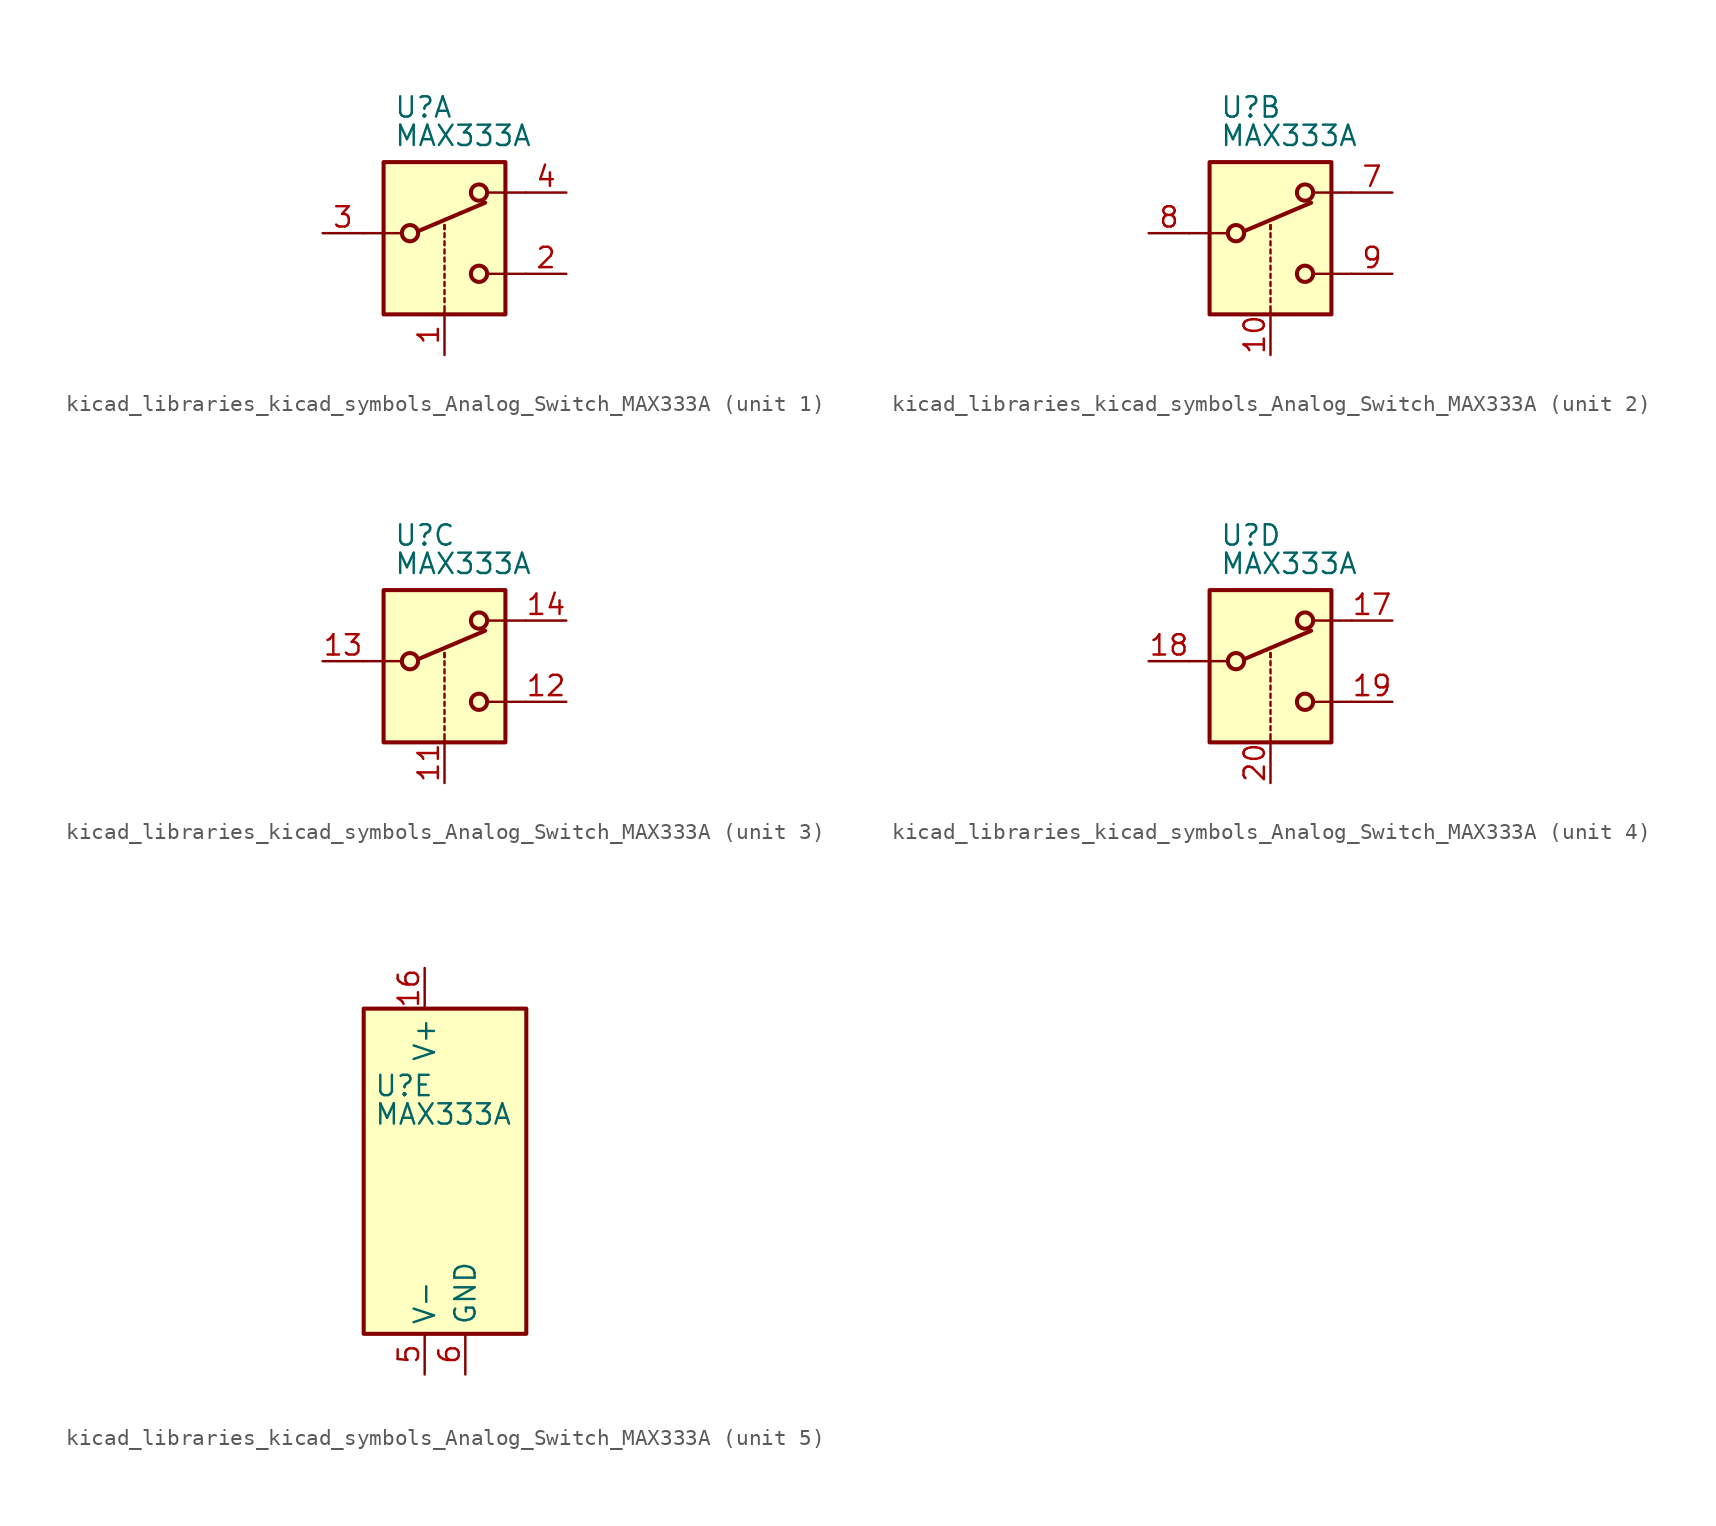
<source format=kicad_sym>
(kicad_symbol_lib
  (version 20220914)
  (generator kicad_symbol_editor)
  (symbol "kicad_libraries_kicad_symbols_Analog_Switch_MAX333A"
    (property "Reference" "U"
      (at -3.175 5.334 0)
      (effects (font (size 1.27 1.27)) (justify left)))
    (property "Value" "MAX333A"
      (at -3.175 3.556 0)
      (effects (font (size 1.27 1.27)) (justify left)))
    (symbol "kicad_libraries_kicad_symbols_Analog_Switch_MAX333A_1_1"
      (rectangle (start -3.81 1.905) (end 3.81 -7.62) (stroke (width 0.254) (type default)) (fill (type background)))
      (circle (center -2.159 -2.54) (radius 0.508) (stroke (width 0.254) (type default)) (fill (type none)))
      (polyline (pts (xy -5.08 -2.54) (xy -2.794 -2.54)) (stroke (width 0) (type default)) (fill (type none)))
      (polyline (pts (xy -1.651 -2.413) (xy 2.54 -0.635)) (stroke (width 0.254) (type default)) (fill (type none)))
      (polyline (pts (xy 0 -7.62) (xy 0 -7.112)) (stroke (width 0) (type default)) (fill (type none)))
      (polyline (pts (xy 0 -6.858) (xy 0 -6.604)) (stroke (width 0) (type default)) (fill (type none)))
      (polyline (pts (xy 0 -6.35) (xy 0 -6.096)) (stroke (width 0) (type default)) (fill (type none)))
      (polyline (pts (xy 0 -5.842) (xy 0 -5.588)) (stroke (width 0) (type default)) (fill (type none)))
      (polyline (pts (xy 0 -5.334) (xy 0 -5.08)) (stroke (width 0) (type default)) (fill (type none)))
      (polyline (pts (xy 0 -4.826) (xy 0 -4.572)) (stroke (width 0) (type default)) (fill (type none)))
      (polyline (pts (xy 0 -4.318) (xy 0 -4.064)) (stroke (width 0) (type default)) (fill (type none)))
      (polyline (pts (xy 0 -3.81) (xy 0 -3.556)) (stroke (width 0) (type default)) (fill (type none)))
      (polyline (pts (xy 0 -3.302) (xy 0 -3.048)) (stroke (width 0) (type default)) (fill (type none)))
      (polyline (pts (xy 0 -2.794) (xy 0 -2.54)) (stroke (width 0) (type default)) (fill (type none)))
      (polyline (pts (xy 0 -2.286) (xy 0 -2.032)) (stroke (width 0) (type default)) (fill (type none)))
      (polyline (pts (xy 0 -2.286) (xy 0 -2.032)) (stroke (width 0) (type default)) (fill (type none)))
      (polyline (pts (xy 5.08 -5.08) (xy 2.794 -5.08)) (stroke (width 0) (type default)) (fill (type none)))
      (polyline (pts (xy 5.08 0) (xy 2.794 0)) (stroke (width 0) (type default)) (fill (type none)))
      (circle (center 2.159 -5.08) (radius 0.508) (stroke (width 0.254) (type default)) (fill (type none)))
      (circle (center 2.159 0) (radius 0.508) (stroke (width 0.254) (type default)) (fill (type none)))
      (pin input line (at 0 -10.16 90) (length 2.54) (name "~" (effects (font (size 1.27 1.27)))) (number "1" (effects (font (size 1.27 1.27)))))
      (pin passive line (at 7.62 -5.08 180) (length 2.54) (name "~" (effects (font (size 1.27 1.27)))) (number "2" (effects (font (size 1.27 1.27)))))
      (pin passive line (at -7.62 -2.54 0) (length 2.54) (name "~" (effects (font (size 1.27 1.27)))) (number "3" (effects (font (size 1.27 1.27)))))
      (pin passive line (at 7.62 0 180) (length 2.54) (name "~" (effects (font (size 1.27 1.27)))) (number "4" (effects (font (size 1.27 1.27))))))
    (symbol "kicad_libraries_kicad_symbols_Analog_Switch_MAX333A_2_1"
      (rectangle (start -3.81 1.905) (end 3.81 -7.62) (stroke (width 0.254) (type default)) (fill (type background)))
      (circle (center -2.159 -2.54) (radius 0.508) (stroke (width 0.254) (type default)) (fill (type none)))
      (polyline (pts (xy -5.08 -2.54) (xy -2.794 -2.54)) (stroke (width 0) (type default)) (fill (type none)))
      (polyline (pts (xy -1.651 -2.413) (xy 2.54 -0.635)) (stroke (width 0.254) (type default)) (fill (type none)))
      (polyline (pts (xy 0 -7.62) (xy 0 -7.112)) (stroke (width 0) (type default)) (fill (type none)))
      (polyline (pts (xy 0 -6.858) (xy 0 -6.604)) (stroke (width 0) (type default)) (fill (type none)))
      (polyline (pts (xy 0 -6.35) (xy 0 -6.096)) (stroke (width 0) (type default)) (fill (type none)))
      (polyline (pts (xy 0 -5.842) (xy 0 -5.588)) (stroke (width 0) (type default)) (fill (type none)))
      (polyline (pts (xy 0 -5.334) (xy 0 -5.08)) (stroke (width 0) (type default)) (fill (type none)))
      (polyline (pts (xy 0 -4.826) (xy 0 -4.572)) (stroke (width 0) (type default)) (fill (type none)))
      (polyline (pts (xy 0 -4.318) (xy 0 -4.064)) (stroke (width 0) (type default)) (fill (type none)))
      (polyline (pts (xy 0 -3.81) (xy 0 -3.556)) (stroke (width 0) (type default)) (fill (type none)))
      (polyline (pts (xy 0 -3.302) (xy 0 -3.048)) (stroke (width 0) (type default)) (fill (type none)))
      (polyline (pts (xy 0 -2.794) (xy 0 -2.54)) (stroke (width 0) (type default)) (fill (type none)))
      (polyline (pts (xy 0 -2.286) (xy 0 -2.032)) (stroke (width 0) (type default)) (fill (type none)))
      (polyline (pts (xy 0 -2.286) (xy 0 -2.032)) (stroke (width 0) (type default)) (fill (type none)))
      (polyline (pts (xy 5.08 -5.08) (xy 2.794 -5.08)) (stroke (width 0) (type default)) (fill (type none)))
      (polyline (pts (xy 5.08 0) (xy 2.794 0)) (stroke (width 0) (type default)) (fill (type none)))
      (circle (center 2.159 -5.08) (radius 0.508) (stroke (width 0.254) (type default)) (fill (type none)))
      (circle (center 2.159 0) (radius 0.508) (stroke (width 0.254) (type default)) (fill (type none)))
      (pin input line (at 0 -10.16 90) (length 2.54) (name "~" (effects (font (size 1.27 1.27)))) (number "10" (effects (font (size 1.27 1.27)))))
      (pin passive line (at 7.62 0 180) (length 2.54) (name "~" (effects (font (size 1.27 1.27)))) (number "7" (effects (font (size 1.27 1.27)))))
      (pin passive line (at -7.62 -2.54 0) (length 2.54) (name "~" (effects (font (size 1.27 1.27)))) (number "8" (effects (font (size 1.27 1.27)))))
      (pin passive line (at 7.62 -5.08 180) (length 2.54) (name "~" (effects (font (size 1.27 1.27)))) (number "9" (effects (font (size 1.27 1.27))))))
    (symbol "kicad_libraries_kicad_symbols_Analog_Switch_MAX333A_3_1"
      (rectangle (start -3.81 1.905) (end 3.81 -7.62) (stroke (width 0.254) (type default)) (fill (type background)))
      (circle (center -2.159 -2.54) (radius 0.508) (stroke (width 0.254) (type default)) (fill (type none)))
      (polyline (pts (xy -5.08 -2.54) (xy -2.794 -2.54)) (stroke (width 0) (type default)) (fill (type none)))
      (polyline (pts (xy -1.651 -2.413) (xy 2.54 -0.635)) (stroke (width 0.254) (type default)) (fill (type none)))
      (polyline (pts (xy 0 -7.62) (xy 0 -7.112)) (stroke (width 0) (type default)) (fill (type none)))
      (polyline (pts (xy 0 -6.858) (xy 0 -6.604)) (stroke (width 0) (type default)) (fill (type none)))
      (polyline (pts (xy 0 -6.35) (xy 0 -6.096)) (stroke (width 0) (type default)) (fill (type none)))
      (polyline (pts (xy 0 -5.842) (xy 0 -5.588)) (stroke (width 0) (type default)) (fill (type none)))
      (polyline (pts (xy 0 -5.334) (xy 0 -5.08)) (stroke (width 0) (type default)) (fill (type none)))
      (polyline (pts (xy 0 -4.826) (xy 0 -4.572)) (stroke (width 0) (type default)) (fill (type none)))
      (polyline (pts (xy 0 -4.318) (xy 0 -4.064)) (stroke (width 0) (type default)) (fill (type none)))
      (polyline (pts (xy 0 -3.81) (xy 0 -3.556)) (stroke (width 0) (type default)) (fill (type none)))
      (polyline (pts (xy 0 -3.302) (xy 0 -3.048)) (stroke (width 0) (type default)) (fill (type none)))
      (polyline (pts (xy 0 -2.794) (xy 0 -2.54)) (stroke (width 0) (type default)) (fill (type none)))
      (polyline (pts (xy 0 -2.286) (xy 0 -2.032)) (stroke (width 0) (type default)) (fill (type none)))
      (polyline (pts (xy 0 -2.286) (xy 0 -2.032)) (stroke (width 0) (type default)) (fill (type none)))
      (polyline (pts (xy 5.08 -5.08) (xy 2.794 -5.08)) (stroke (width 0) (type default)) (fill (type none)))
      (polyline (pts (xy 5.08 0) (xy 2.794 0)) (stroke (width 0) (type default)) (fill (type none)))
      (circle (center 2.159 -5.08) (radius 0.508) (stroke (width 0.254) (type default)) (fill (type none)))
      (circle (center 2.159 0) (radius 0.508) (stroke (width 0.254) (type default)) (fill (type none)))
      (pin input line (at 0 -10.16 90) (length 2.54) (name "~" (effects (font (size 1.27 1.27)))) (number "11" (effects (font (size 1.27 1.27)))))
      (pin passive line (at 7.62 -5.08 180) (length 2.54) (name "~" (effects (font (size 1.27 1.27)))) (number "12" (effects (font (size 1.27 1.27)))))
      (pin passive line (at -7.62 -2.54 0) (length 2.54) (name "~" (effects (font (size 1.27 1.27)))) (number "13" (effects (font (size 1.27 1.27)))))
      (pin passive line (at 7.62 0 180) (length 2.54) (name "~" (effects (font (size 1.27 1.27)))) (number "14" (effects (font (size 1.27 1.27))))))
    (symbol "kicad_libraries_kicad_symbols_Analog_Switch_MAX333A_4_1"
      (rectangle (start -3.81 1.905) (end 3.81 -7.62) (stroke (width 0.254) (type default)) (fill (type background)))
      (circle (center -2.159 -2.54) (radius 0.508) (stroke (width 0.254) (type default)) (fill (type none)))
      (polyline (pts (xy -5.08 -2.54) (xy -2.794 -2.54)) (stroke (width 0) (type default)) (fill (type none)))
      (polyline (pts (xy -1.651 -2.413) (xy 2.54 -0.635)) (stroke (width 0.254) (type default)) (fill (type none)))
      (polyline (pts (xy 0 -7.62) (xy 0 -7.112)) (stroke (width 0) (type default)) (fill (type none)))
      (polyline (pts (xy 0 -6.858) (xy 0 -6.604)) (stroke (width 0) (type default)) (fill (type none)))
      (polyline (pts (xy 0 -6.35) (xy 0 -6.096)) (stroke (width 0) (type default)) (fill (type none)))
      (polyline (pts (xy 0 -5.842) (xy 0 -5.588)) (stroke (width 0) (type default)) (fill (type none)))
      (polyline (pts (xy 0 -5.334) (xy 0 -5.08)) (stroke (width 0) (type default)) (fill (type none)))
      (polyline (pts (xy 0 -4.826) (xy 0 -4.572)) (stroke (width 0) (type default)) (fill (type none)))
      (polyline (pts (xy 0 -4.318) (xy 0 -4.064)) (stroke (width 0) (type default)) (fill (type none)))
      (polyline (pts (xy 0 -3.81) (xy 0 -3.556)) (stroke (width 0) (type default)) (fill (type none)))
      (polyline (pts (xy 0 -3.302) (xy 0 -3.048)) (stroke (width 0) (type default)) (fill (type none)))
      (polyline (pts (xy 0 -2.794) (xy 0 -2.54)) (stroke (width 0) (type default)) (fill (type none)))
      (polyline (pts (xy 0 -2.286) (xy 0 -2.032)) (stroke (width 0) (type default)) (fill (type none)))
      (polyline (pts (xy 0 -2.286) (xy 0 -2.032)) (stroke (width 0) (type default)) (fill (type none)))
      (polyline (pts (xy 5.08 -5.08) (xy 2.794 -5.08)) (stroke (width 0) (type default)) (fill (type none)))
      (polyline (pts (xy 5.08 0) (xy 2.794 0)) (stroke (width 0) (type default)) (fill (type none)))
      (circle (center 2.159 -5.08) (radius 0.508) (stroke (width 0.254) (type default)) (fill (type none)))
      (circle (center 2.159 0) (radius 0.508) (stroke (width 0.254) (type default)) (fill (type none)))
      (pin passive line (at 7.62 0 180) (length 2.54) (name "~" (effects (font (size 1.27 1.27)))) (number "17" (effects (font (size 1.27 1.27)))))
      (pin passive line (at -7.62 -2.54 0) (length 2.54) (name "~" (effects (font (size 1.27 1.27)))) (number "18" (effects (font (size 1.27 1.27)))))
      (pin passive line (at 7.62 -5.08 180) (length 2.54) (name "~" (effects (font (size 1.27 1.27)))) (number "19" (effects (font (size 1.27 1.27)))))
      (pin input line (at 0 -10.16 90) (length 2.54) (name "~" (effects (font (size 1.27 1.27)))) (number "20" (effects (font (size 1.27 1.27))))))
    (symbol "kicad_libraries_kicad_symbols_Analog_Switch_MAX333A_5_0"
      (pin no_connect line (at 2.54 10.16 270) (length 2.54) hide (name "NC" (effects (font (size 1.27 1.27)))) (number "15" (effects (font (size 1.27 1.27)))))
      (pin power_in line (at 0 12.7 270) (length 2.54) (name "V+" (effects (font (size 1.27 1.27)))) (number "16" (effects (font (size 1.27 1.27)))))
      (pin power_in line (at 0 -12.7 90) (length 2.54) (name "V-" (effects (font (size 1.27 1.27)))) (number "5" (effects (font (size 1.27 1.27)))))
      (pin power_in line (at 2.54 -12.7 90) (length 2.54) (name "GND" (effects (font (size 1.27 1.27)))) (number "6" (effects (font (size 1.27 1.27))))))
    (symbol "kicad_libraries_kicad_symbols_Analog_Switch_MAX333A_5_1"
      (rectangle (start -3.81 10.16) (end 6.35 -10.16) (stroke (width 0.254) (type default)) (fill (type background))))))
</source>
